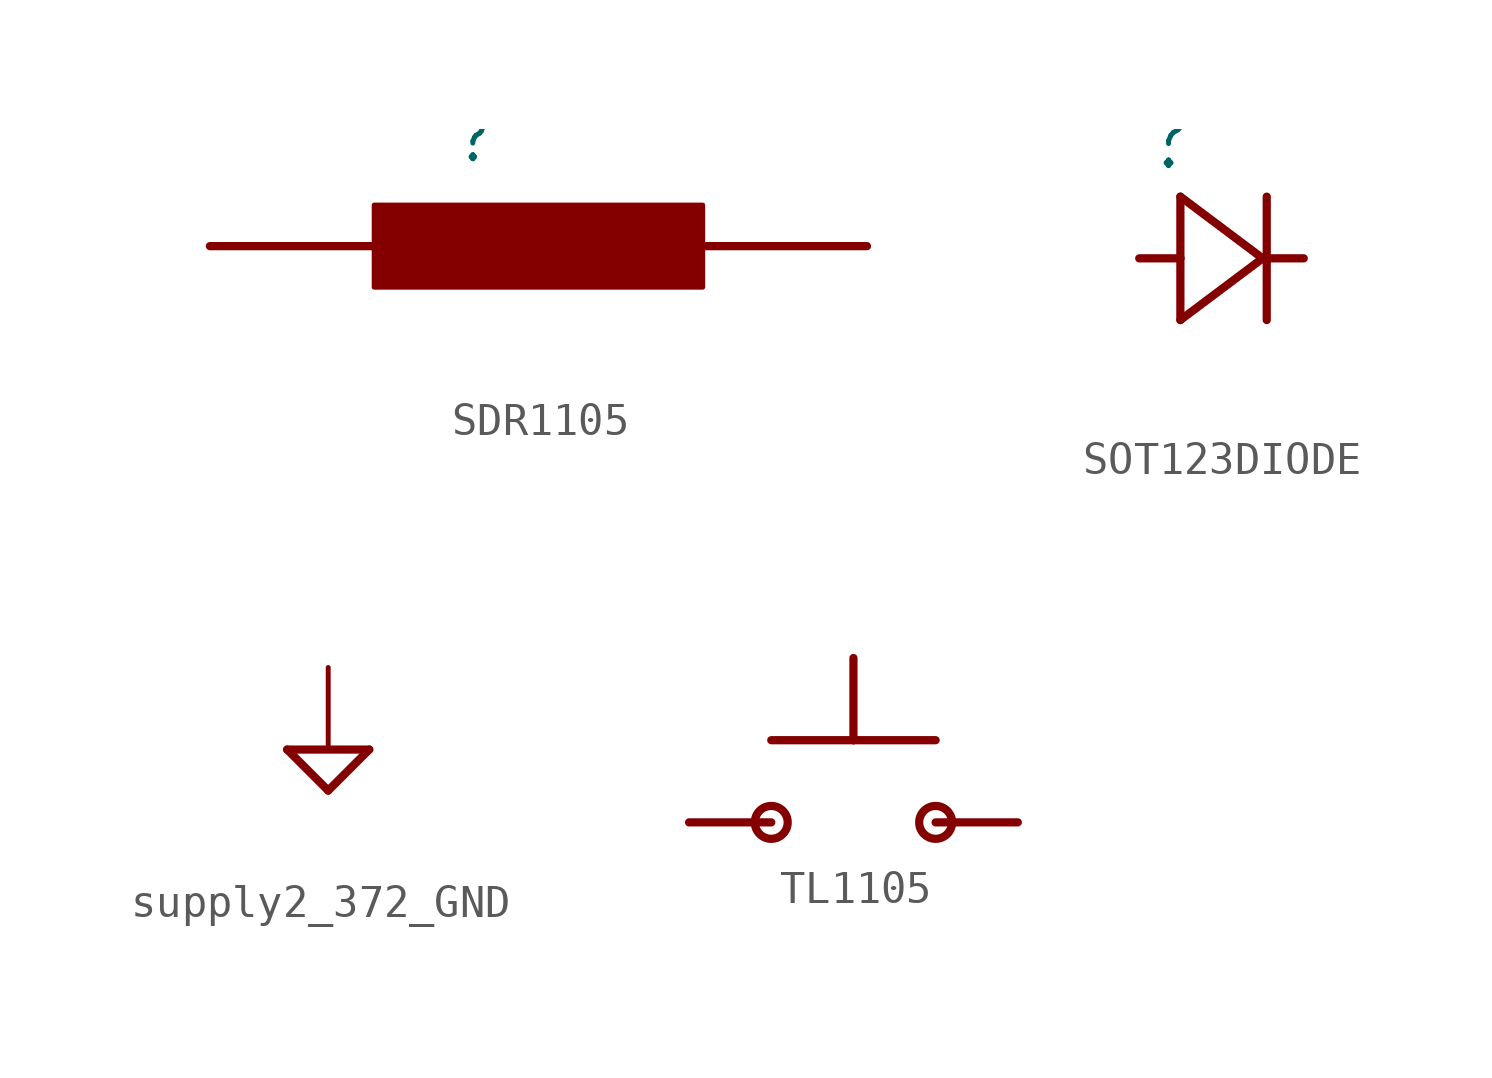
<source format=kicad_sym>
(kicad_symbol_lib
  (version 20241209)
  (generator "kicad_symbol_editor")
  (generator_version "9.0")
  (symbol "SDR1105"
    (property "Reference" ""
      (at -2.54 2.54 0)
      (effects (font (size 1.27 1.079)) (justify left bottom)))
    (property "Value" ""
      (at -2.54 -3.81 0)
      (effects (font (size 1.27 1.079)) (justify left bottom)))
    (property "ki_locked" ""
      (at 0 0 0)
      (effects (font (size 1.27 1.27))))
    (symbol "SDR1105_1_0"
      (polyline (pts (xy -5.08 0) (xy -10.16 0)) (stroke (width 0.254) (type solid)) (fill (type none)))
      (rectangle (start -5.08 -1.27) (end 5.08 1.27) (stroke (width 0) (type default)) (fill (type outline)))
      (polyline (pts (xy 5.08 0) (xy 10.16 0)) (stroke (width 0.254) (type solid)) (fill (type none)))
      (pin bidirectional line (at -10.16 0 0) (length 0) (name "P$1" (effects (font (size 0 0)))) (number "P$1" (effects (font (size 0 0)))))
      (pin bidirectional line (at 10.16 0 0) (length 0) (name "P$2" (effects (font (size 0 0)))) (number "P$2" (effects (font (size 0 0)))))))
  (symbol "SOT123DIODE"
    (property "Reference" ""
      (at -2.311 2.642 0)
      (effects (font (size 1.778 1.511)) (justify left bottom)))
    (property "Value" ""
      (at -2.565 -4.496 0)
      (effects (font (size 1.778 1.511)) (justify left bottom)))
    (property "ki_locked" ""
      (at 0 0 0)
      (effects (font (size 1.27 1.27))))
    (symbol "SOT123DIODE_1_0"
      (polyline (pts (xy -2.54 0) (xy -1.27 0)) (stroke (width 0.254) (type solid)) (fill (type none)))
      (polyline (pts (xy -1.27 1.905) (xy -1.27 0)) (stroke (width 0.254) (type solid)) (fill (type none)))
      (polyline (pts (xy -1.27 0) (xy -1.27 -1.905)) (stroke (width 0.254) (type solid)) (fill (type none)))
      (polyline (pts (xy -1.27 -1.905) (xy 1.27 0)) (stroke (width 0.254) (type solid)) (fill (type none)))
      (polyline (pts (xy 1.27 0) (xy -1.27 1.905)) (stroke (width 0.254) (type solid)) (fill (type none)))
      (polyline (pts (xy 1.397 1.905) (xy 1.397 -1.905)) (stroke (width 0.254) (type solid)) (fill (type none)))
      (polyline (pts (xy 2.54 0) (xy 1.27 0)) (stroke (width 0.254) (type solid)) (fill (type none)))
      (pin passive line (at -2.54 0 0) (length 0) (name "A" (effects (font (size 0 0)))) (number "2" (effects (font (size 0 0)))))
      (pin passive line (at 2.54 0 180) (length 0) (name "C" (effects (font (size 0 0)))) (number "1" (effects (font (size 0 0)))))))
  (symbol "supply2_372_GND"
    (power)
    (property "Reference" "#SUPPLY"
      (at 0 0 0)
      (effects (font (size 1.27 1.27)) (hide yes)))
    (property "Value" ""
      (at -1.905 -3.175 0)
      (effects (font (size 1.778 1.511)) (justify left bottom)))
    (property "ki_locked" ""
      (at 0 0 0)
      (effects (font (size 1.27 1.27))))
    (symbol "supply2_372_GND_1_0"
      (polyline (pts (xy -1.27 0) (xy 1.27 0)) (stroke (width 0.254) (type solid)) (fill (type none)))
      (polyline (pts (xy 0 -1.27) (xy -1.27 0)) (stroke (width 0.254) (type solid)) (fill (type none)))
      (polyline (pts (xy 1.27 0) (xy 0 -1.27)) (stroke (width 0.254) (type solid)) (fill (type none)))
      (pin power_in line (at 0 2.54 270) (length 2.54) (name "GND" (effects (font (size 0 0)))) (number "1" (effects (font (size 0 0)))))))
  (symbol "TL1105"
    (property "Reference" "S"
      (at 0 0 0)
      (effects (font (size 1.27 1.27)) (hide yes)))
    (property "ki_locked" ""
      (at 0 0 0)
      (effects (font (size 1.27 1.27))))
    (symbol "TL1105_1_0"
      (polyline (pts (xy -5.08 0) (xy -2.54 0)) (stroke (width 0.254) (type solid)) (fill (type none)))
      (polyline (pts (xy -2.54 2.54) (xy 0 2.54)) (stroke (width 0.254) (type solid)) (fill (type none)))
      (circle (center -2.54 0) (radius 0.508) (stroke (width 0.254) (type solid)) (fill (type none)))
      (polyline (pts (xy 0 5.08) (xy 0 2.54)) (stroke (width 0.254) (type solid)) (fill (type none)))
      (polyline (pts (xy 0 2.54) (xy 2.54 2.54)) (stroke (width 0.254) (type solid)) (fill (type none)))
      (polyline (pts (xy 2.54 0) (xy 5.08 0)) (stroke (width 0.254) (type solid)) (fill (type none)))
      (circle (center 2.54 0) (radius 0.508) (stroke (width 0.254) (type solid)) (fill (type none)))
      (pin bidirectional line (at -5.08 0 0) (length 0) (name "P$1" (effects (font (size 0 0)))) (number "1" (effects (font (size 0 0)))))
      (pin bidirectional line (at -5.08 0 0) (length 0) (name "P$1" (effects (font (size 0 0)))) (number "2" (effects (font (size 0 0)))))
      (pin bidirectional line (at 5.08 0 0) (length 0) (name "P$2" (effects (font (size 0 0)))) (number "3" (effects (font (size 0 0)))))
      (pin bidirectional line (at 5.08 0 0) (length 0) (name "P$2" (effects (font (size 0 0)))) (number "4" (effects (font (size 0 0))))))))
</source>
